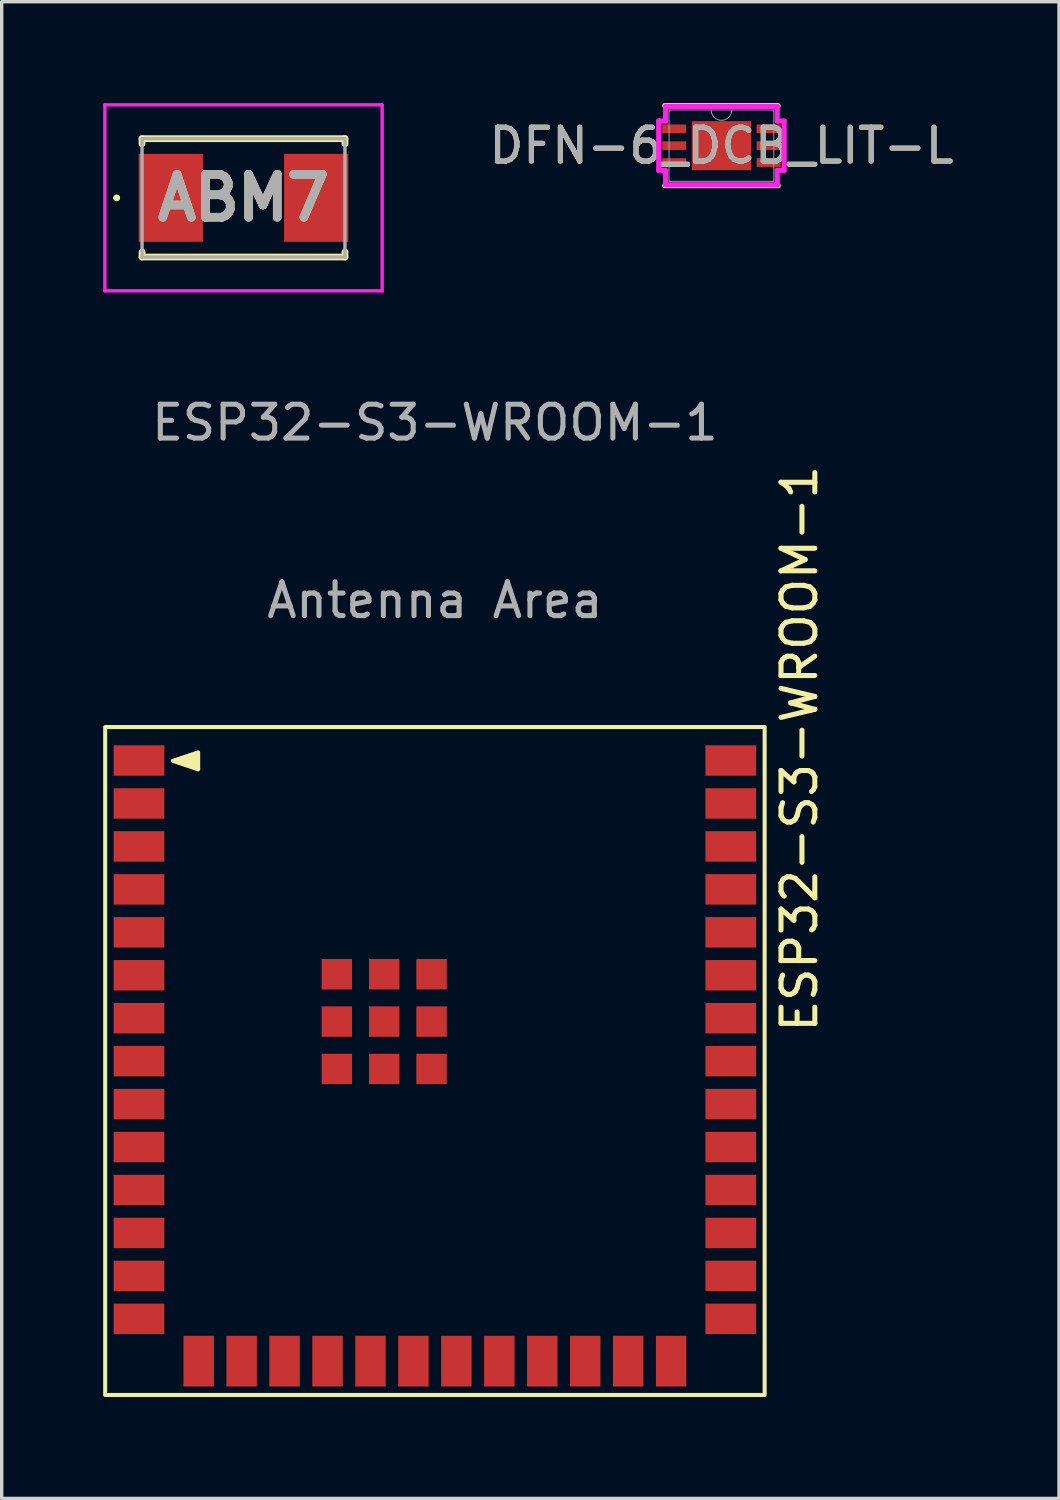
<source format=kicad_pcb>
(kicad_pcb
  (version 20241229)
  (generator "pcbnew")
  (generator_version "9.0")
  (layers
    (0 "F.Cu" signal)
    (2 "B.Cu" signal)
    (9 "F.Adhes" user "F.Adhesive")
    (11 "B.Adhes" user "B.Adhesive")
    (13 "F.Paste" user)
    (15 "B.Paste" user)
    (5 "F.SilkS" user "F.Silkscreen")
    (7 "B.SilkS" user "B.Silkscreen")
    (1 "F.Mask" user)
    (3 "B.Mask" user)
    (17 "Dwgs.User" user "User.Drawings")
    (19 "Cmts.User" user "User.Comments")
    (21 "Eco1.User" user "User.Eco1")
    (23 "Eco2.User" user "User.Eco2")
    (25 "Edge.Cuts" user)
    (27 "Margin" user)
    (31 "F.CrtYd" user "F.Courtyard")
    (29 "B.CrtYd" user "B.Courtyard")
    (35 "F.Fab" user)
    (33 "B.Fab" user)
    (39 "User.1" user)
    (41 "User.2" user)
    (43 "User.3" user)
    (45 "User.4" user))
  (footprint "ABM7"
    (layer "F.Cu")
    (at 4.15 2.8)
    (property "Reference" "ABM7" (at 0 0 0) (layer "F.SilkS") (effects (font (size 1.27 1.27) (thickness 0.254))))
    (attr smd)
    (fp_line (start -3.8 0) (end -3.8 0) (stroke (width 0.1) (type solid)) (layer "F.SilkS"))
    (fp_line (start -3.7 0) (end -3.7 0) (stroke (width 0.1) (type solid)) (layer "F.SilkS"))
    (fp_line (start -3 -1.75) (end -3 -1.6) (stroke (width 0.2) (type solid)) (layer "F.SilkS"))
    (fp_line (start -3 1.6) (end -3 1.75) (stroke (width 0.2) (type solid)) (layer "F.SilkS"))
    (fp_line (start -3 1.75) (end 3 1.75) (stroke (width 0.2) (type solid)) (layer "F.SilkS"))
    (fp_line (start 3 -1.75) (end -3 -1.75) (stroke (width 0.2) (type solid)) (layer "F.SilkS"))
    (fp_line (start 3 -1.6) (end 3 -1.75) (stroke (width 0.2) (type solid)) (layer "F.SilkS"))
    (fp_line (start 3 1.75) (end 3 1.6) (stroke (width 0.2) (type solid)) (layer "F.SilkS"))
    (fp_arc (start -3.8 0) (mid -3.75 -0.05) (end -3.7 0) (stroke (width 0.1) (type solid)) (layer "F.SilkS"))
    (fp_arc (start -3.7 0) (mid -3.75 0.05) (end -3.8 0) (stroke (width 0.1) (type solid)) (layer "F.SilkS"))
    (fp_line (start -4.1 -2.75) (end 4.1 -2.75) (stroke (width 0.1) (type solid)) (layer "F.CrtYd"))
    (fp_line (start -4.1 2.75) (end -4.1 -2.75) (stroke (width 0.1) (type solid)) (layer "F.CrtYd"))
    (fp_line (start 4.1 -2.75) (end 4.1 2.75) (stroke (width 0.1) (type solid)) (layer "F.CrtYd"))
    (fp_line (start 4.1 2.75) (end -4.1 2.75) (stroke (width 0.1) (type solid)) (layer "F.CrtYd"))
    (fp_line (start -3 -1.75) (end 3 -1.75) (stroke (width 0.1) (type solid)) (layer "F.Fab"))
    (fp_line (start -3 1.75) (end -3 -1.75) (stroke (width 0.1) (type solid)) (layer "F.Fab"))
    (fp_line (start 3 -1.75) (end 3 1.75) (stroke (width 0.1) (type solid)) (layer "F.Fab"))
    (fp_line (start 3 1.75) (end -3 1.75) (stroke (width 0.1) (type solid)) (layer "F.Fab"))
    (fp_text user "${REFERENCE}" (at 0 0 0) (layer "F.Fab") (effects (font (size 1.27 1.27) (thickness 0.254))))
    (pad "1" smd rect (at -2.15 0) (size 1.9 2.6) (layers "F.Cu" "F.Mask" "F.Paste"))
    (pad "2" smd rect (at 2.15 0) (size 1.9 2.6) (layers "F.Cu" "F.Mask" "F.Paste")))
  (footprint "ESP32-S3-WROOM-1"
    (layer "F.Cu")
    (at 9.81 27.698)
    (property "Reference" "ESP32-S3-WROOM-1" (at 10.779 -8.607 90) (unlocked yes) (layer "F.SilkS") (effects (font (size 1 1) (thickness 0.15))))
    (attr smd)
    (fp_rect (start -9.75 -9.25) (end 9.75 10.5) (stroke (width 0.12) (type solid)) (fill no) (layer "F.SilkS"))
    (fp_poly (pts (xy -7 -8) (xy -7.75 -8.25) (xy -7 -8.5)) (stroke (width 0.12) (type solid)) (fill yes) (layer "F.SilkS"))
    (fp_text user "${REFERENCE}" (at 0 -18.25 0) (unlocked yes) (layer "F.Fab") (effects (font (size 1 1) (thickness 0.15))))
    (fp_text user "Antenna Area" (at 0 -13 0) (unlocked yes) (layer "F.Fab") (effects (font (size 1 1) (thickness 0.15))))
    (pad "1" smd rect (at -8.75 -8.26) (size 1.5 0.9) (layers "F.Cu" "F.Mask" "F.Paste"))
    (pad "2" smd rect (at -8.75 -6.99) (size 1.5 0.9) (layers "F.Cu" "F.Mask" "F.Paste"))
    (pad "3" smd rect (at -8.75 -5.72) (size 1.5 0.9) (layers "F.Cu" "F.Mask" "F.Paste"))
    (pad "4" smd rect (at -8.75 -4.45) (size 1.5 0.9) (layers "F.Cu" "F.Mask" "F.Paste"))
    (pad "5" smd rect (at -8.75 -3.18) (size 1.5 0.9) (layers "F.Cu" "F.Mask" "F.Paste"))
    (pad "6" smd rect (at -8.75 -1.91) (size 1.5 0.9) (layers "F.Cu" "F.Mask" "F.Paste"))
    (pad "7" smd rect (at -8.75 -0.64) (size 1.5 0.9) (layers "F.Cu" "F.Mask" "F.Paste"))
    (pad "8" smd rect (at -8.75 0.63) (size 1.5 0.9) (layers "F.Cu" "F.Mask" "F.Paste"))
    (pad "9" smd rect (at -8.75 1.9) (size 1.5 0.9) (layers "F.Cu" "F.Mask" "F.Paste"))
    (pad "10" smd rect (at -8.75 3.17) (size 1.5 0.9) (layers "F.Cu" "F.Mask" "F.Paste"))
    (pad "11" smd rect (at -8.75 4.44) (size 1.5 0.9) (layers "F.Cu" "F.Mask" "F.Paste"))
    (pad "12" smd rect (at -8.75 5.71) (size 1.5 0.9) (layers "F.Cu" "F.Mask" "F.Paste"))
    (pad "13" smd rect (at -8.75 6.98) (size 1.5 0.9) (layers "F.Cu" "F.Mask" "F.Paste"))
    (pad "14" smd rect (at -8.75 8.25) (size 1.5 0.9) (layers "F.Cu" "F.Mask" "F.Paste"))
    (pad "15" smd rect (at -6.985 9.5 90) (size 1.5 0.9) (layers "F.Cu" "F.Mask" "F.Paste"))
    (pad "16" smd rect (at -5.715 9.5 90) (size 1.5 0.9) (layers "F.Cu" "F.Mask" "F.Paste"))
    (pad "17" smd rect (at -4.445 9.5 90) (size 1.5 0.9) (layers "F.Cu" "F.Mask" "F.Paste"))
    (pad "18" smd rect (at -3.175 9.5 90) (size 1.5 0.9) (layers "F.Cu" "F.Mask" "F.Paste"))
    (pad "19" smd rect (at -1.905 9.5 90) (size 1.5 0.9) (layers "F.Cu" "F.Mask" "F.Paste"))
    (pad "20" smd rect (at -0.635 9.5 90) (size 1.5 0.9) (layers "F.Cu" "F.Mask" "F.Paste"))
    (pad "21" smd rect (at 0.635 9.5 90) (size 1.5 0.9) (layers "F.Cu" "F.Mask" "F.Paste"))
    (pad "22" smd rect (at 1.905 9.5 90) (size 1.5 0.9) (layers "F.Cu" "F.Mask" "F.Paste"))
    (pad "23" smd rect (at 3.175 9.5 90) (size 1.5 0.9) (layers "F.Cu" "F.Mask" "F.Paste"))
    (pad "24" smd rect (at 4.445 9.5 90) (size 1.5 0.9) (layers "F.Cu" "F.Mask" "F.Paste"))
    (pad "25" smd rect (at 5.715 9.5 90) (size 1.5 0.9) (layers "F.Cu" "F.Mask" "F.Paste"))
    (pad "26" smd rect (at 6.985 9.5 270) (size 1.5 0.9) (layers "F.Cu" "F.Mask" "F.Paste"))
    (pad "27" smd rect (at 8.75 8.25 180) (size 1.5 0.9) (layers "F.Cu" "F.Mask" "F.Paste"))
    (pad "28" smd rect (at 8.75 6.98 180) (size 1.5 0.9) (layers "F.Cu" "F.Mask" "F.Paste"))
    (pad "29" smd rect (at 8.75 5.71 180) (size 1.5 0.9) (layers "F.Cu" "F.Mask" "F.Paste"))
    (pad "30" smd rect (at 8.75 4.44 180) (size 1.5 0.9) (layers "F.Cu" "F.Mask" "F.Paste"))
    (pad "31" smd rect (at 8.75 3.17 180) (size 1.5 0.9) (layers "F.Cu" "F.Mask" "F.Paste"))
    (pad "32" smd rect (at 8.75 1.9 180) (size 1.5 0.9) (layers "F.Cu" "F.Mask" "F.Paste"))
    (pad "33" smd rect (at 8.75 0.63 180) (size 1.5 0.9) (layers "F.Cu" "F.Mask" "F.Paste"))
    (pad "34" smd rect (at 8.75 -0.64 180) (size 1.5 0.9) (layers "F.Cu" "F.Mask" "F.Paste"))
    (pad "35" smd rect (at 8.75 -1.91 180) (size 1.5 0.9) (layers "F.Cu" "F.Mask" "F.Paste"))
    (pad "36" smd rect (at 8.75 -3.18 180) (size 1.5 0.9) (layers "F.Cu" "F.Mask" "F.Paste"))
    (pad "37" smd rect (at 8.75 -4.45 180) (size 1.5 0.9) (layers "F.Cu" "F.Mask" "F.Paste"))
    (pad "38" smd rect (at 8.75 -5.72 180) (size 1.5 0.9) (layers "F.Cu" "F.Mask" "F.Paste"))
    (pad "39" smd rect (at 8.75 -6.99 180) (size 1.5 0.9) (layers "F.Cu" "F.Mask" "F.Paste"))
    (pad "40" smd rect (at 8.75 -8.26 180) (size 1.5 0.9) (layers "F.Cu" "F.Mask" "F.Paste"))
    (pad "41" smd rect (at -2.9 -1.94 180) (size 0.9 0.9) (layers "F.Cu" "F.Mask" "F.Paste"))
    (pad "41" smd rect (at -2.9 -0.54 180) (size 0.9 0.9) (layers "F.Cu" "F.Mask" "F.Paste"))
    (pad "41" smd rect (at -2.9 0.86 180) (size 0.9 0.9) (layers "F.Cu" "F.Mask" "F.Paste"))
    (pad "41" smd rect (at -1.5 -1.94 180) (size 0.9 0.9) (layers "F.Cu" "F.Mask" "F.Paste"))
    (pad "41" smd rect (at -1.5 -0.54 180) (size 0.9 0.9) (layers "F.Cu" "F.Mask" "F.Paste"))
    (pad "41" smd rect (at -1.5 0.86 180) (size 0.9 0.9) (layers "F.Cu" "F.Mask" "F.Paste"))
    (pad "41" smd rect (at -0.1 -1.94 180) (size 0.9 0.9) (layers "F.Cu" "F.Mask" "F.Paste"))
    (pad "41" smd rect (at -0.1 -0.54 180) (size 0.9 0.9) (layers "F.Cu" "F.Mask" "F.Paste"))
    (pad "41" smd rect (at -0.1 0.86 180) (size 0.9 0.9) (layers "F.Cu" "F.Mask" "F.Paste")))
  (footprint "DFN-6_DCB_LIT-L"
    (layer "F.Cu")
    (at 18.282 1.257)
    (property "Reference" "DFN-6_DCB_LIT-L" (at 0 0 0) (unlocked yes) (layer "F.SilkS") (effects (font (size 1 1) (thickness 0.15))))
    (attr smd)
    (fp_line (start -1.676 1.181) (end 1.676 1.181) (stroke (width 0.152) (type solid)) (layer "F.SilkS"))
    (fp_line (start 1.676 -1.181) (end -1.676 -1.181) (stroke (width 0.152) (type solid)) (layer "F.SilkS"))
    (fp_line (start -1.854 -0.729) (end -1.651 -0.729) (stroke (width 0.152) (type solid)) (layer "F.CrtYd"))
    (fp_line (start -1.854 0.729) (end -1.854 -0.729) (stroke (width 0.152) (type solid)) (layer "F.CrtYd"))
    (fp_line (start -1.854 0.729) (end -1.651 0.729) (stroke (width 0.152) (type solid)) (layer "F.CrtYd"))
    (fp_line (start -1.651 -1.156) (end 1.651 -1.156) (stroke (width 0.152) (type solid)) (layer "F.CrtYd"))
    (fp_line (start -1.651 -0.729) (end -1.651 -1.156) (stroke (width 0.152) (type solid)) (layer "F.CrtYd"))
    (fp_line (start -1.651 1.156) (end -1.651 0.729) (stroke (width 0.152) (type solid)) (layer "F.CrtYd"))
    (fp_line (start 1.651 -1.156) (end 1.651 -0.729) (stroke (width 0.152) (type solid)) (layer "F.CrtYd"))
    (fp_line (start 1.651 0.729) (end 1.651 1.156) (stroke (width 0.152) (type solid)) (layer "F.CrtYd"))
    (fp_line (start 1.651 1.156) (end -1.651 1.156) (stroke (width 0.152) (type solid)) (layer "F.CrtYd"))
    (fp_line (start 1.854 -0.729) (end 1.651 -0.729) (stroke (width 0.152) (type solid)) (layer "F.CrtYd"))
    (fp_line (start 1.854 -0.729) (end 1.854 0.729) (stroke (width 0.152) (type solid)) (layer "F.CrtYd"))
    (fp_line (start 1.854 0.729) (end 1.651 0.729) (stroke (width 0.152) (type solid)) (layer "F.CrtYd"))
    (fp_line (start -1.549 -1.054) (end -1.549 1.054) (stroke (width 0.025) (type solid)) (layer "F.Fab"))
    (fp_line (start -1.549 1.054) (end 1.549 1.054) (stroke (width 0.025) (type solid)) (layer "F.Fab"))
    (fp_line (start 1.549 -1.054) (end -1.549 -1.054) (stroke (width 0.025) (type solid)) (layer "F.Fab"))
    (fp_line (start 1.549 1.054) (end 1.549 -1.054) (stroke (width 0.025) (type solid)) (layer "F.Fab"))
    (fp_arc (start 0.3048 -1.0541) (mid 0 -0.7493) (end -0.3048 -1.0541) (stroke (width 0.0254) (type solid)) (layer "F.Fab"))
    (fp_text user "${REFERENCE}" (at 0 0 0) (unlocked yes) (layer "F.Fab") (effects (font (size 1 1) (thickness 0.15))))
    (pad "1" smd rect (at -1.397 -0.5) (size 0.711 0.254) (layers "F.Cu" "F.Mask" "F.Paste"))
    (pad "2" smd rect (at -1.397 0) (size 0.711 0.254) (layers "F.Cu" "F.Mask" "F.Paste"))
    (pad "3" smd rect (at -1.397 0.5) (size 0.711 0.254) (layers "F.Cu" "F.Mask" "F.Paste"))
    (pad "4" smd rect (at 1.397 0.5) (size 0.711 0.254) (layers "F.Cu" "F.Mask" "F.Paste"))
    (pad "5" smd rect (at 1.397 0) (size 0.711 0.254) (layers "F.Cu" "F.Mask" "F.Paste"))
    (pad "6" smd rect (at 1.397 -0.5) (size 0.711 0.254) (layers "F.Cu" "F.Mask" "F.Paste"))
    (pad "7" smd rect (at 0 0) (size 1.753 1.448) (layers "F.Cu" "F.Mask" "F.Paste")))
  (gr_rect
    (start -3 -3)
    (end 28.264 41.258)
    (stroke (width 0.1) (type default))
    (fill no)
    (layer "Edge.Cuts")))
</source>
